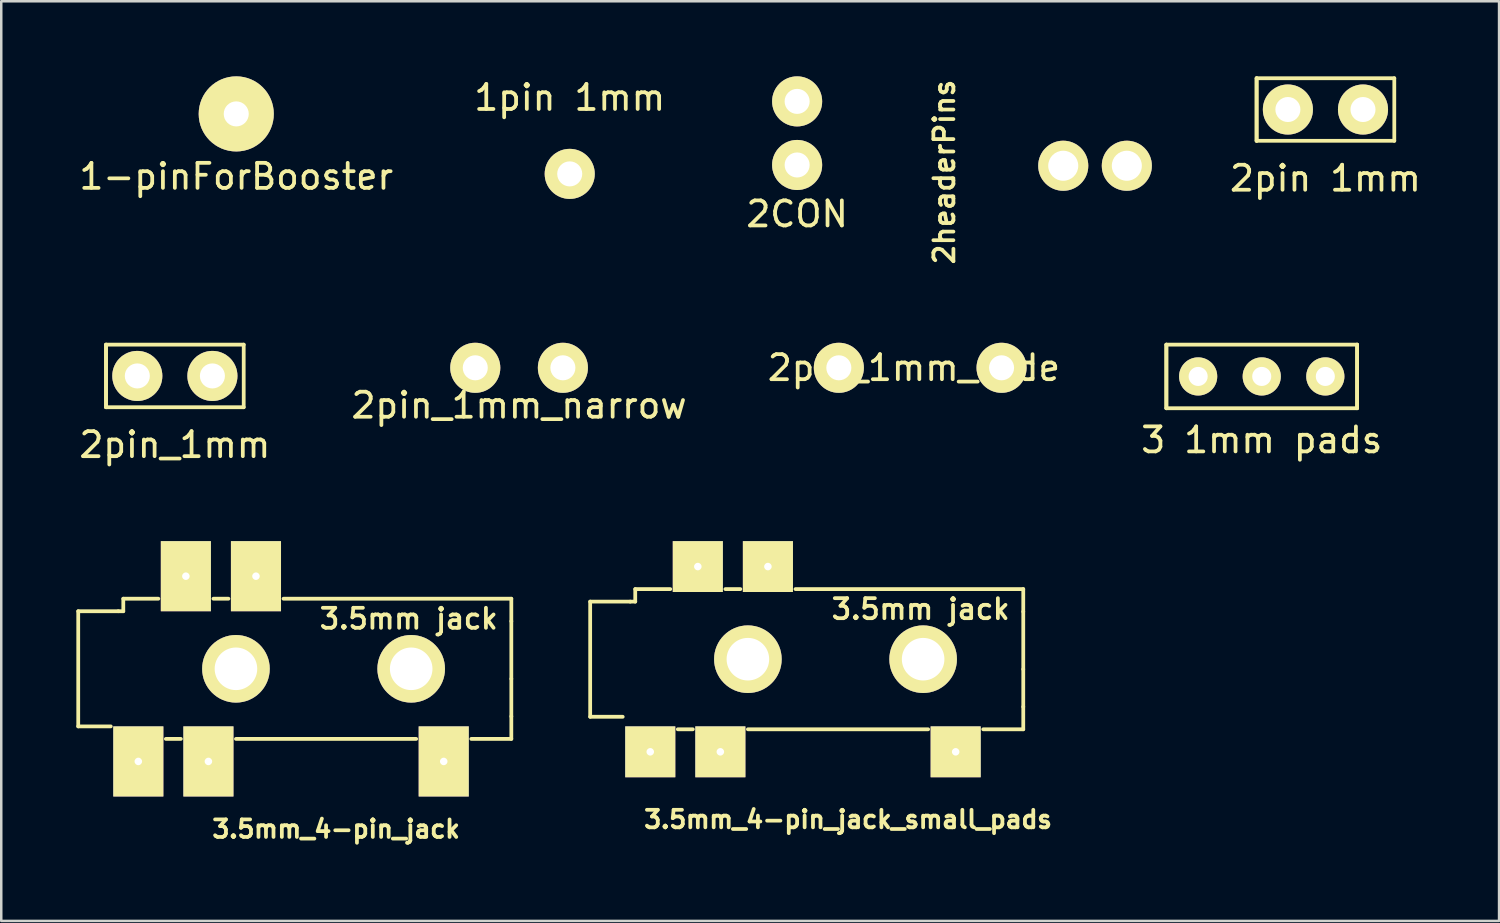
<source format=kicad_pcb>
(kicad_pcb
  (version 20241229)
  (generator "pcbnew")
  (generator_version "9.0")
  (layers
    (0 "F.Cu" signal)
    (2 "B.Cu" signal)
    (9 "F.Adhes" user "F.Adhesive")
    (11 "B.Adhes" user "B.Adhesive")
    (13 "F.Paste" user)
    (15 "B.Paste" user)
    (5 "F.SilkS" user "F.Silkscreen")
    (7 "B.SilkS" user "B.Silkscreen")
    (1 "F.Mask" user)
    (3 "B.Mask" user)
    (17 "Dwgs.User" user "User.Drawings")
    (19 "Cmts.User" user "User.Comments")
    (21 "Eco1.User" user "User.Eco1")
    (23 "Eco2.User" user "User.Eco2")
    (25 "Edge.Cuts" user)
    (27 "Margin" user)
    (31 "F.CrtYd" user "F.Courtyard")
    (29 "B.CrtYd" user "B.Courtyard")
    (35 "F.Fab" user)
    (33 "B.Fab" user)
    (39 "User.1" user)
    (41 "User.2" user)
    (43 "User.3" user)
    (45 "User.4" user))
  (footprint "3.5mm_4-pin_jack_small_pads"
    (layer "F.Cu")
    (at 22.325 23.282)
    (property "Reference" "3.5mm_4-pin_jack_small_pads" (at 8.5 6.4 0) (layer "F.SilkS") (effects (font (size 0.7 0.7) (thickness 0.15))))
    (attr through_hole)
    (fp_line (start -1.8 -2.3) (end -1.8 2.3) (stroke (width 0.15) (type solid)) (layer "F.SilkS"))
    (fp_line (start -1.8 2.3) (end -0.5 2.3) (stroke (width 0.15) (type solid)) (layer "F.SilkS"))
    (fp_line (start -0.2 -2.3) (end -1.8 -2.3) (stroke (width 0.15) (type solid)) (layer "F.SilkS"))
    (fp_line (start -0.2 -2.3) (end 0 -2.3) (stroke (width 0.15) (type solid)) (layer "F.SilkS"))
    (fp_line (start 0 -2.8) (end 1.4 -2.8) (stroke (width 0.15) (type solid)) (layer "F.SilkS"))
    (fp_line (start 0 -2.3) (end 0 -2.8) (stroke (width 0.15) (type solid)) (layer "F.SilkS"))
    (fp_line (start 1.7 2.8) (end 2.3 2.8) (stroke (width 0.15) (type solid)) (layer "F.SilkS"))
    (fp_line (start 4.2 -2.8) (end 3.6 -2.8) (stroke (width 0.15) (type solid)) (layer "F.SilkS"))
    (fp_line (start 4.5 2.8) (end 11.7 2.8) (stroke (width 0.15) (type solid)) (layer "F.SilkS"))
    (fp_line (start 13.9 2.8) (end 15.5 2.8) (stroke (width 0.15) (type solid)) (layer "F.SilkS"))
    (fp_line (start 15.5 -2.8) (end 6.4 -2.8) (stroke (width 0.15) (type solid)) (layer "F.SilkS"))
    (fp_line (start 15.5 -1.9) (end 15.5 -2.8) (stroke (width 0.15) (type solid)) (layer "F.SilkS"))
    (fp_line (start 15.5 -1.9) (end 15.5 0.4) (stroke (width 0.15) (type solid)) (layer "F.SilkS"))
    (fp_line (start 15.5 1.9) (end 15.5 0.4) (stroke (width 0.15) (type solid)) (layer "F.SilkS"))
    (fp_line (start 15.5 2.8) (end 15.5 1.9) (stroke (width 0.15) (type solid)) (layer "F.SilkS"))
    (fp_text user "3.5mm jack" (at 11.4 -2 0) (layer "F.SilkS") (effects (font (size 0.8 0.8) (thickness 0.15))))
    (pad "1" thru_hole rect (at 0.6 3.7) (size 2 2.032) (drill 0.3) (layers "*.Cu" "*.Mask" "F.SilkS"))
    (pad "1" thru_hole circle (at 4.5 0) (size 2.7 2.7) (drill 1.7) (layers "*.Cu" "*.Mask" "F.SilkS"))
    (pad "1" thru_hole circle (at 11.5 0) (size 2.7 2.7) (drill 1.7) (layers "*.Cu" "*.Mask" "F.SilkS"))
    (pad "2" thru_hole rect (at 12.8 3.7) (size 2 2.032) (drill 0.3) (layers "*.Cu" "*.Mask" "F.SilkS"))
    (pad "3" thru_hole rect (at 5.3 -3.7) (size 2 2.032) (drill 0.3) (layers "*.Cu" "*.Mask" "F.SilkS"))
    (pad "4" thru_hole rect (at 3.4 3.7) (size 2 2.032) (drill 0.3) (layers "*.Cu" "*.Mask" "F.SilkS"))
    (pad "6" thru_hole rect (at 2.5 -3.7) (size 2 2.032) (drill 0.3) (layers "*.Cu" "*.Mask" "F.SilkS")))
  (footprint "2pin_1mm_narrow"
    (layer "F.Cu")
    (at 17.685 11.642)
    (property "Reference" "2pin_1mm_narrow" (at 0 1.5 0) (layer "F.SilkS") (effects (font (size 1 1) (thickness 0.15))))
    (attr through_hole)
    (pad "1" thru_hole circle (at -1.75 0) (size 2 2) (drill 1) (layers "*.Cu" "*.Mask" "F.SilkS"))
    (pad "2" thru_hole circle (at 1.75 0) (size 2 2) (drill 1) (layers "*.Cu" "*.Mask" "F.SilkS")))
  (footprint "3 1mm pads"
    (layer "F.Cu")
    (at 47.351 11.987)
    (property "Reference" "3 1mm pads" (at 0 2.54 0) (layer "F.SilkS") (effects (font (size 1 1) (thickness 0.15))))
    (attr through_hole)
    (fp_line (start -3.81 -1.27) (end -3.81 1.27) (stroke (width 0.15) (type solid)) (layer "F.SilkS"))
    (fp_line (start -3.81 -1.27) (end 3.81 -1.27) (stroke (width 0.15) (type solid)) (layer "F.SilkS"))
    (fp_line (start -3.81 1.27) (end -3.81 -1.27) (stroke (width 0.15) (type solid)) (layer "F.SilkS"))
    (fp_line (start 3.81 -1.27) (end 3.81 1.27) (stroke (width 0.15) (type solid)) (layer "F.SilkS"))
    (fp_line (start 3.81 1.27) (end -3.81 1.27) (stroke (width 0.15) (type solid)) (layer "F.SilkS"))
    (fp_line (start 3.81 1.27) (end 3.81 -1.27) (stroke (width 0.15) (type solid)) (layer "F.SilkS"))
    (pad "1" thru_hole circle (at -2.54 0) (size 1.524 1.524) (drill 0.762) (layers "*.Cu" "*.Mask" "F.SilkS"))
    (pad "2" thru_hole circle (at 0 0) (size 1.524 1.524) (drill 0.762) (layers "*.Cu" "*.Mask" "F.SilkS"))
    (pad "3" thru_hole circle (at 2.54 0) (size 1.524 1.524) (drill 0.762) (layers "*.Cu" "*.Mask" "F.SilkS")))
  (footprint "2headerPins"
    (layer "F.Cu")
    (at 39.422 3.571)
    (property "Reference" "2headerPins" (at -4.75 0.25 90) (layer "F.SilkS") (effects (font (size 0.8 0.8) (thickness 0.15))))
    (attr through_hole)
    (pad "1" thru_hole circle (at 2.54 0) (size 2 2) (drill 1.2) (layers "*.Cu" "*.Mask" "F.SilkS"))
    (pad "2" thru_hole circle (at 0 0) (size 2 2) (drill 1.2) (layers "*.Cu" "*.Mask" "F.SilkS")))
  (footprint "1-pinForBooster"
    (layer "F.Cu")
    (at 6.387 1.5)
    (property "Reference" "1-pinForBooster" (at 0 2.5 0) (layer "F.SilkS") (effects (font (size 1 1) (thickness 0.15))))
    (attr through_hole)
    (pad "1" thru_hole circle (at 0 0) (size 3 3) (drill 1) (layers "*.Cu" "*.Mask" "F.SilkS")))
  (footprint "2pin_1mm"
    (layer "F.Cu")
    (at 3.935 11.967)
    (property "Reference" "2pin_1mm" (at 0 2.75 0) (layer "F.SilkS") (effects (font (size 1 1) (thickness 0.15))))
    (attr through_hole)
    (fp_line (start -2.75 -1.25) (end -2.75 1.25) (stroke (width 0.15) (type solid)) (layer "F.SilkS"))
    (fp_line (start -2.75 -1.25) (end 2.75 -1.25) (stroke (width 0.15) (type solid)) (layer "F.SilkS"))
    (fp_line (start -2.75 1.25) (end -2.75 -1.25) (stroke (width 0.15) (type solid)) (layer "F.SilkS"))
    (fp_line (start 2.75 -1.25) (end 2.75 1.25) (stroke (width 0.15) (type solid)) (layer "F.SilkS"))
    (fp_line (start 2.75 1.25) (end -2.75 1.25) (stroke (width 0.15) (type solid)) (layer "F.SilkS"))
    (pad "1" thru_hole circle (at 1.5 0) (size 2 2) (drill 1) (layers "*.Cu" "*.Mask" "F.SilkS"))
    (pad "2" thru_hole circle (at -1.5 0) (size 2 2) (drill 1) (layers "*.Cu" "*.Mask" "F.SilkS")))
  (footprint "2pin 1mm"
    (layer "F.Cu")
    (at 49.896 1.325)
    (property "Reference" "2pin 1mm" (at 0 2.75 0) (layer "F.SilkS") (effects (font (size 1 1) (thickness 0.15))))
    (attr through_hole)
    (fp_line (start -2.75 -1.25) (end -2.75 1.25) (stroke (width 0.15) (type solid)) (layer "F.SilkS"))
    (fp_line (start -2.75 -1.25) (end 2.75 -1.25) (stroke (width 0.15) (type solid)) (layer "F.SilkS"))
    (fp_line (start -2.75 1.25) (end -2.75 -1.25) (stroke (width 0.15) (type solid)) (layer "F.SilkS"))
    (fp_line (start 2.75 -1.25) (end 2.75 1.25) (stroke (width 0.15) (type solid)) (layer "F.SilkS"))
    (fp_line (start 2.75 1.25) (end -2.75 1.25) (stroke (width 0.15) (type solid)) (layer "F.SilkS"))
    (pad "1" thru_hole circle (at 1.5 0) (size 2 2) (drill 1) (layers "*.Cu" "*.Mask" "F.SilkS"))
    (pad "2" thru_hole circle (at -1.5 0) (size 2 2) (drill 1) (layers "*.Cu" "*.Mask" "F.SilkS")))
  (footprint "2CON"
    (layer "F.Cu")
    (at 28.792 1)
    (property "Reference" "2CON" (at 0 4.5 0) (layer "F.SilkS") (effects (font (size 1 1) (thickness 0.15))))
    (attr through_hole)
    (pad "1" thru_hole circle (at 0 0) (size 2 2) (drill 1) (layers "*.Cu" "*.Mask" "F.SilkS"))
    (pad "2" thru_hole circle (at 0 2.54) (size 2 2) (drill 1) (layers "*.Cu" "*.Mask" "F.SilkS")))
  (footprint "3.5mm_4-pin_jack"
    (layer "F.Cu")
    (at 1.875 23.666)
    (property "Reference" "3.5mm_4-pin_jack" (at 8.5 6.4 0) (layer "F.SilkS") (effects (font (size 0.7 0.7) (thickness 0.15))))
    (attr through_hole)
    (fp_line (start -1.8 -2.3) (end -1.8 2.3) (stroke (width 0.15) (type solid)) (layer "F.SilkS"))
    (fp_line (start -1.8 2.3) (end -0.5 2.3) (stroke (width 0.15) (type solid)) (layer "F.SilkS"))
    (fp_line (start -0.2 -2.3) (end -1.8 -2.3) (stroke (width 0.15) (type solid)) (layer "F.SilkS"))
    (fp_line (start -0.2 -2.3) (end 0 -2.3) (stroke (width 0.15) (type solid)) (layer "F.SilkS"))
    (fp_line (start 0 -2.8) (end 1.4 -2.8) (stroke (width 0.15) (type solid)) (layer "F.SilkS"))
    (fp_line (start 0 -2.3) (end 0 -2.8) (stroke (width 0.15) (type solid)) (layer "F.SilkS"))
    (fp_line (start 1.7 2.8) (end 2.3 2.8) (stroke (width 0.15) (type solid)) (layer "F.SilkS"))
    (fp_line (start 4.2 -2.8) (end 3.6 -2.8) (stroke (width 0.15) (type solid)) (layer "F.SilkS"))
    (fp_line (start 4.5 2.8) (end 11.7 2.8) (stroke (width 0.15) (type solid)) (layer "F.SilkS"))
    (fp_line (start 13.9 2.8) (end 15.5 2.8) (stroke (width 0.15) (type solid)) (layer "F.SilkS"))
    (fp_line (start 15.5 -2.8) (end 6.4 -2.8) (stroke (width 0.15) (type solid)) (layer "F.SilkS"))
    (fp_line (start 15.5 -1.9) (end 15.5 -2.8) (stroke (width 0.15) (type solid)) (layer "F.SilkS"))
    (fp_line (start 15.5 -1.9) (end 15.5 0.4) (stroke (width 0.15) (type solid)) (layer "F.SilkS"))
    (fp_line (start 15.5 1.9) (end 15.5 0.4) (stroke (width 0.15) (type solid)) (layer "F.SilkS"))
    (fp_line (start 15.5 2.8) (end 15.5 1.9) (stroke (width 0.15) (type solid)) (layer "F.SilkS"))
    (fp_text user "3.5mm jack" (at 11.4 -2 0) (layer "F.SilkS") (effects (font (size 0.8 0.8) (thickness 0.15))))
    (pad "1" thru_hole rect (at 0.6 3.7) (size 2 2.8) (drill 0.3) (layers "*.Cu" "*.Mask" "F.SilkS"))
    (pad "1" thru_hole circle (at 4.5 0) (size 2.7 2.7) (drill 1.7) (layers "*.Cu" "*.Mask" "F.SilkS"))
    (pad "1" thru_hole circle (at 11.5 0) (size 2.7 2.7) (drill 1.7) (layers "*.Cu" "*.Mask" "F.SilkS"))
    (pad "2" thru_hole rect (at 12.8 3.7) (size 2 2.8) (drill 0.3) (layers "*.Cu" "*.Mask" "F.SilkS"))
    (pad "3" thru_hole rect (at 5.3 -3.7) (size 2 2.8) (drill 0.3) (layers "*.Cu" "*.Mask" "F.SilkS"))
    (pad "4" thru_hole rect (at 3.4 3.7) (size 2 2.8) (drill 0.3) (layers "*.Cu" "*.Mask" "F.SilkS"))
    (pad "6" thru_hole rect (at 2.5 -3.7) (size 2 2.8) (drill 0.3) (layers "*.Cu" "*.Mask" "F.SilkS")))
  (footprint "1pin 1mm"
    (layer "F.Cu")
    (at 19.708 3.896)
    (property "Reference" "1pin 1mm" (at 0 -3.048 0) (layer "F.SilkS") (effects (font (size 1 1) (thickness 0.15))))
    (attr through_hole)
    (pad "1" thru_hole circle (at 0 0) (size 2 2) (drill 1) (layers "*.Cu" "*.Mask" "F.SilkS")))
  (footprint "2pin_1mm_wide"
    (layer "F.Cu")
    (at 33.458 11.642)
    (property "Reference" "2pin_1mm_wide" (at 0 0 0) (layer "F.SilkS") (effects (font (size 1 1) (thickness 0.15))))
    (attr through_hole)
    (pad "1" thru_hole circle (at -3 0) (size 2 2) (drill 1) (layers "*.Cu" "*.Mask" "F.SilkS"))
    (pad "2" thru_hole circle (at 3.5 0) (size 2 2) (drill 1) (layers "*.Cu" "*.Mask" "F.SilkS")))
  (gr_rect
    (start -3 -3)
    (end 56.831 33.738)
    (stroke (width 0.1) (type default))
    (fill no)
    (layer "Edge.Cuts")))
</source>
